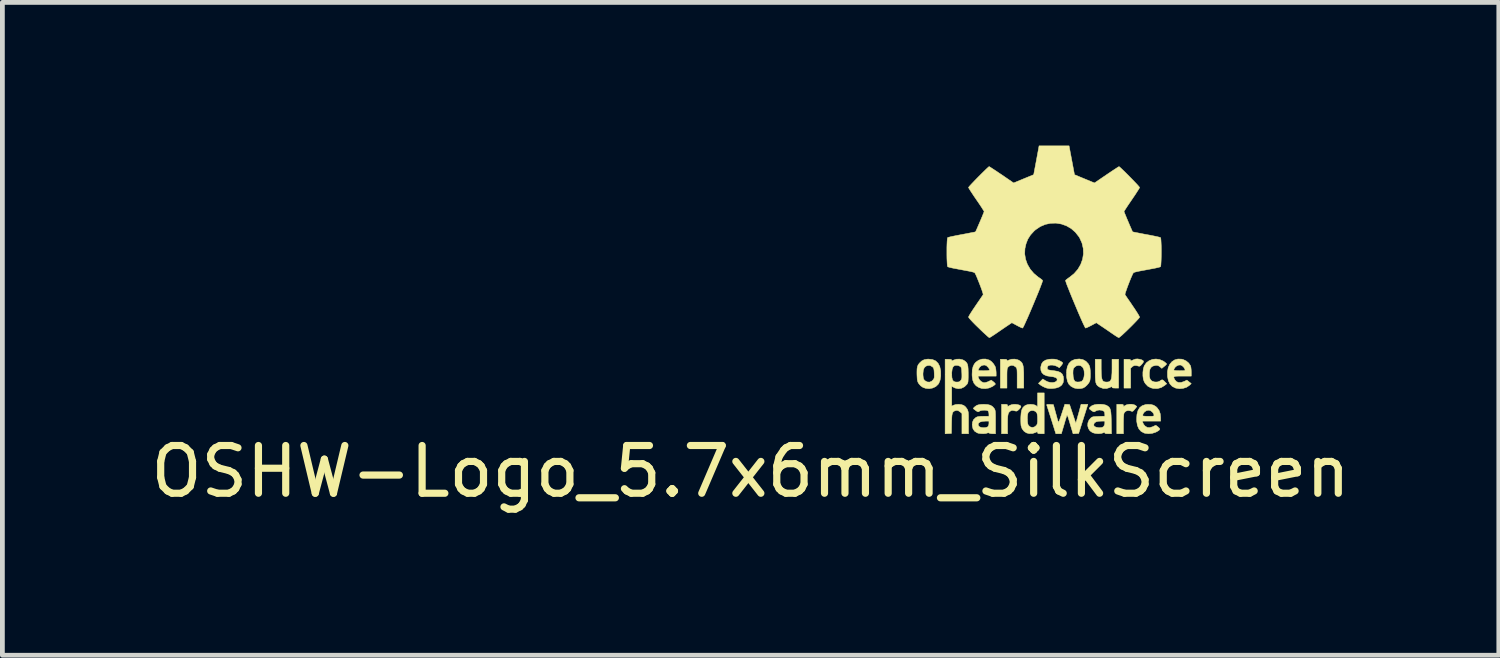
<source format=kicad_pcb>
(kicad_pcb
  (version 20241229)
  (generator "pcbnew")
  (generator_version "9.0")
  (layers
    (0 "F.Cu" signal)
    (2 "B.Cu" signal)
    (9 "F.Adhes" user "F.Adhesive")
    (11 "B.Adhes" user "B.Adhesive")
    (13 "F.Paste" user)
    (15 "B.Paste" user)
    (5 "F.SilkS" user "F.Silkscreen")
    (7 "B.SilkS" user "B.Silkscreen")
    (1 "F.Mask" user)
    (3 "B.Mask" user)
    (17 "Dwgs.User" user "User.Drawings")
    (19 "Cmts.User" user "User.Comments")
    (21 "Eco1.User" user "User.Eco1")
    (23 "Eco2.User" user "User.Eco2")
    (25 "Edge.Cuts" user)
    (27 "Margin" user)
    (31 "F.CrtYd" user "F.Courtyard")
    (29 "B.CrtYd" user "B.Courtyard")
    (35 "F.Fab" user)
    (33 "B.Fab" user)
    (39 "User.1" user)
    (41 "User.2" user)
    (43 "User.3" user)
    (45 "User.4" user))
  (footprint "OSHW-Logo_5.7x6mm_SilkScreen"
    (layer "F.Cu")
    (at 19.023 3.017)
    (property "Reference" "OSHW-Logo_5.7x6mm_SilkScreen" (at -6.35 3.81 0) (layer "F.SilkS") (effects (font (size 1 1) (thickness 0.15))))
    (attr exclude_from_pos_files exclude_from_bom)
    (fp_poly (pts (xy 1.799 1.458) (xy 1.843 1.471) (xy 1.871 1.488) (xy 1.88 1.501) (xy 1.877 1.517) (xy 1.861 1.541) (xy 1.847 1.559) (xy 1.819 1.59) (xy 1.798 1.604) (xy 1.78 1.603) (xy 1.726 1.589) (xy 1.687 1.59) (xy 1.655 1.605) (xy 1.644 1.614) (xy 1.61 1.646) (xy 1.61 2.062) (xy 1.471 2.062) (xy 1.471 1.459) (xy 1.54 1.459) (xy 1.582 1.46) (xy 1.603 1.466) (xy 1.61 1.477) (xy 1.61 1.478) (xy 1.612 1.49) (xy 1.626 1.488) (xy 1.644 1.48) (xy 1.682 1.464) (xy 1.713 1.454) (xy 1.753 1.451) (xy 1.799 1.458)) (stroke (width 0.01) (type solid)) (fill yes) (layer "F.SilkS"))
    (fp_poly (pts (xy 1.635 2.401) (xy 1.684 2.411) (xy 1.711 2.425) (xy 1.74 2.449) (xy 1.699 2.501) (xy 1.673 2.532) (xy 1.656 2.547) (xy 1.639 2.55) (xy 1.614 2.542) (xy 1.602 2.538) (xy 1.554 2.532) (xy 1.51 2.545) (xy 1.478 2.576) (xy 1.473 2.585) (xy 1.467 2.611) (xy 1.463 2.659) (xy 1.46 2.725) (xy 1.459 2.806) (xy 1.459 2.817) (xy 1.459 3.018) (xy 1.32 3.018) (xy 1.32 2.402) (xy 1.389 2.402) (xy 1.429 2.403) (xy 1.45 2.407) (xy 1.458 2.418) (xy 1.459 2.428) (xy 1.459 2.454) (xy 1.492 2.428) (xy 1.53 2.41) (xy 1.581 2.401) (xy 1.635 2.401)) (stroke (width 0.01) (type solid)) (fill yes) (layer "F.SilkS"))
    (fp_poly (pts (xy -0.993 2.403) (xy -0.975 2.409) (xy -0.968 2.421) (xy -0.968 2.427) (xy -0.967 2.442) (xy -0.96 2.445) (xy -0.939 2.434) (xy -0.927 2.427) (xy -0.889 2.411) (xy -0.844 2.403) (xy -0.797 2.403) (xy -0.752 2.409) (xy -0.716 2.42) (xy -0.693 2.436) (xy -0.688 2.456) (xy -0.69 2.462) (xy -0.707 2.485) (xy -0.733 2.513) (xy -0.738 2.517) (xy -0.762 2.538) (xy -0.784 2.545) (xy -0.814 2.54) (xy -0.826 2.537) (xy -0.863 2.529) (xy -0.889 2.533) (xy -0.911 2.545) (xy -0.931 2.561) (xy -0.946 2.581) (xy -0.956 2.609) (xy -0.963 2.648) (xy -0.967 2.704) (xy -0.968 2.779) (xy -0.968 2.824) (xy -0.968 3.018) (xy -1.094 3.018) (xy -1.094 2.402) (xy -1.031 2.402) (xy -0.993 2.403)) (stroke (width 0.01) (type solid)) (fill yes) (layer "F.SilkS"))
    (fp_poly (pts (xy 0.993 1.654) (xy 0.995 1.747) (xy 0.999 1.817) (xy 1.008 1.867) (xy 1.022 1.902) (xy 1.042 1.923) (xy 1.071 1.933) (xy 1.107 1.936) (xy 1.144 1.933) (xy 1.172 1.922) (xy 1.192 1.9) (xy 1.206 1.865) (xy 1.214 1.814) (xy 1.219 1.742) (xy 1.22 1.654) (xy 1.22 1.459) (xy 1.358 1.459) (xy 1.358 2.062) (xy 1.289 2.062) (xy 1.247 2.06) (xy 1.226 2.055) (xy 1.22 2.043) (xy 1.216 2.033) (xy 1.202 2.035) (xy 1.173 2.05) (xy 1.106 2.071) (xy 1.036 2.07) (xy 0.968 2.046) (xy 0.936 2.027) (xy 0.912 2.007) (xy 0.894 1.982) (xy 0.881 1.947) (xy 0.874 1.901) (xy 0.87 1.839) (xy 0.868 1.758) (xy 0.868 1.695) (xy 0.868 1.459) (xy 0.993 1.459) (xy 0.993 1.654)) (stroke (width 0.01) (type solid)) (fill yes) (layer "F.SilkS"))
    (fp_poly (pts (xy -0.754 1.469) (xy -0.723 1.484) (xy -0.692 1.506) (xy -0.669 1.53) (xy -0.652 1.562) (xy -0.641 1.604) (xy -0.634 1.66) (xy -0.63 1.734) (xy -0.629 1.829) (xy -0.629 1.839) (xy -0.629 2.062) (xy -0.767 2.062) (xy -0.767 1.856) (xy -0.767 1.78) (xy -0.768 1.725) (xy -0.77 1.687) (xy -0.773 1.661) (xy -0.779 1.643) (xy -0.788 1.63) (xy -0.8 1.618) (xy -0.843 1.59) (xy -0.89 1.585) (xy -0.934 1.602) (xy -0.95 1.615) (xy -0.961 1.627) (xy -0.969 1.641) (xy -0.975 1.659) (xy -0.978 1.686) (xy -0.98 1.726) (xy -0.981 1.784) (xy -0.981 1.854) (xy -0.981 2.062) (xy -1.119 2.062) (xy -1.119 1.459) (xy -1.05 1.459) (xy -1.008 1.46) (xy -0.987 1.466) (xy -0.981 1.477) (xy -0.981 1.478) (xy -0.978 1.489) (xy -0.965 1.488) (xy -0.94 1.475) (xy -0.883 1.457) (xy -0.817 1.455) (xy -0.754 1.469)) (stroke (width 0.01) (type solid)) (fill yes) (layer "F.SilkS"))
    (fp_poly (pts (xy 2.217 1.464) (xy 2.29 1.495) (xy 2.313 1.51) (xy 2.342 1.533) (xy 2.361 1.551) (xy 2.364 1.557) (xy 2.355 1.57) (xy 2.332 1.593) (xy 2.313 1.608) (xy 2.263 1.649) (xy 2.223 1.615) (xy 2.192 1.594) (xy 2.162 1.586) (xy 2.127 1.588) (xy 2.073 1.602) (xy 2.035 1.63) (xy 2.012 1.675) (xy 2.002 1.741) (xy 2.002 1.741) (xy 2.002 1.815) (xy 2.016 1.869) (xy 2.044 1.906) (xy 2.063 1.918) (xy 2.114 1.934) (xy 2.168 1.934) (xy 2.215 1.919) (xy 2.226 1.911) (xy 2.253 1.893) (xy 2.275 1.889) (xy 2.299 1.903) (xy 2.325 1.929) (xy 2.366 1.971) (xy 2.32 2.008) (xy 2.25 2.051) (xy 2.17 2.072) (xy 2.087 2.07) (xy 2.033 2.056) (xy 1.969 2.022) (xy 1.918 1.968) (xy 1.895 1.93) (xy 1.876 1.876) (xy 1.867 1.806) (xy 1.867 1.731) (xy 1.876 1.659) (xy 1.894 1.599) (xy 1.897 1.593) (xy 1.94 1.532) (xy 1.998 1.488) (xy 2.067 1.461) (xy 2.141 1.453) (xy 2.217 1.464)) (stroke (width 0.01) (type solid)) (fill yes) (layer "F.SilkS"))
    (fp_poly (pts (xy 0.611 1.466) (xy 0.674 1.501) (xy 0.724 1.555) (xy 0.748 1.6) (xy 0.758 1.639) (xy 0.764 1.695) (xy 0.767 1.76) (xy 0.766 1.824) (xy 0.761 1.881) (xy 0.755 1.912) (xy 0.734 1.953) (xy 0.698 1.997) (xy 0.656 2.036) (xy 0.613 2.061) (xy 0.612 2.061) (xy 0.56 2.072) (xy 0.497 2.073) (xy 0.438 2.063) (xy 0.415 2.055) (xy 0.356 2.021) (xy 0.314 1.978) (xy 0.286 1.92) (xy 0.271 1.844) (xy 0.267 1.804) (xy 0.268 1.754) (xy 0.402 1.754) (xy 0.407 1.827) (xy 0.42 1.882) (xy 0.441 1.918) (xy 0.456 1.928) (xy 0.493 1.935) (xy 0.539 1.933) (xy 0.577 1.923) (xy 0.588 1.917) (xy 0.615 1.885) (xy 0.632 1.835) (xy 0.64 1.774) (xy 0.636 1.708) (xy 0.628 1.669) (xy 0.604 1.624) (xy 0.567 1.595) (xy 0.522 1.586) (xy 0.475 1.596) (xy 0.439 1.621) (xy 0.42 1.642) (xy 0.409 1.662) (xy 0.404 1.69) (xy 0.402 1.733) (xy 0.402 1.754) (xy 0.268 1.754) (xy 0.268 1.698) (xy 0.285 1.611) (xy 0.319 1.543) (xy 0.369 1.494) (xy 0.435 1.464) (xy 0.45 1.46) (xy 0.535 1.452) (xy 0.611 1.466)) (stroke (width 0.01) (type solid)) (fill yes) (layer "F.SilkS"))
    (fp_poly (pts (xy 0.282 2.404) (xy 0.331 2.408) (xy 0.461 2.798) (xy 0.482 2.729) (xy 0.494 2.686) (xy 0.51 2.628) (xy 0.528 2.565) (xy 0.537 2.531) (xy 0.571 2.402) (xy 0.714 2.402) (xy 0.672 2.537) (xy 0.651 2.603) (xy 0.625 2.684) (xy 0.599 2.767) (xy 0.575 2.842) (xy 0.521 3.012) (xy 0.463 3.015) (xy 0.404 3.019) (xy 0.373 2.915) (xy 0.353 2.85) (xy 0.332 2.778) (xy 0.313 2.715) (xy 0.313 2.713) (xy 0.299 2.67) (xy 0.286 2.641) (xy 0.278 2.63) (xy 0.276 2.631) (xy 0.27 2.648) (xy 0.258 2.685) (xy 0.242 2.736) (xy 0.224 2.798) (xy 0.214 2.832) (xy 0.159 3.018) (xy 0.043 3.018) (xy -0.049 2.725) (xy -0.075 2.643) (xy -0.099 2.569) (xy -0.119 2.506) (xy -0.135 2.457) (xy -0.145 2.426) (xy -0.148 2.417) (xy -0.146 2.407) (xy -0.127 2.403) (xy -0.087 2.404) (xy -0.081 2.404) (xy -0.008 2.408) (xy 0.04 2.584) (xy 0.058 2.648) (xy 0.073 2.705) (xy 0.086 2.748) (xy 0.094 2.775) (xy 0.095 2.779) (xy 0.101 2.774) (xy 0.113 2.749) (xy 0.13 2.706) (xy 0.15 2.65) (xy 0.167 2.599) (xy 0.232 2.401) (xy 0.282 2.404)) (stroke (width 0.01) (type solid)) (fill yes) (layer "F.SilkS"))
    (fp_poly (pts (xy -2.538 1.465) (xy -2.472 1.494) (xy -2.423 1.543) (xy -2.388 1.611) (xy -2.37 1.699) (xy -2.369 1.712) (xy -2.368 1.809) (xy -2.381 1.894) (xy -2.408 1.962) (xy -2.423 1.984) (xy -2.473 2.031) (xy -2.538 2.061) (xy -2.61 2.074) (xy -2.683 2.067) (xy -2.739 2.048) (xy -2.787 2.015) (xy -2.826 1.971) (xy -2.827 1.97) (xy -2.843 1.943) (xy -2.853 1.916) (xy -2.86 1.882) (xy -2.863 1.834) (xy -2.865 1.795) (xy -2.866 1.759) (xy -2.74 1.759) (xy -2.739 1.795) (xy -2.734 1.842) (xy -2.726 1.872) (xy -2.712 1.894) (xy -2.699 1.907) (xy -2.652 1.933) (xy -2.603 1.937) (xy -2.557 1.918) (xy -2.534 1.896) (xy -2.517 1.875) (xy -2.507 1.854) (xy -2.503 1.828) (xy -2.503 1.788) (xy -2.504 1.751) (xy -2.507 1.698) (xy -2.512 1.664) (xy -2.52 1.641) (xy -2.533 1.624) (xy -2.544 1.615) (xy -2.589 1.589) (xy -2.637 1.588) (xy -2.678 1.603) (xy -2.713 1.635) (xy -2.733 1.687) (xy -2.74 1.759) (xy -2.866 1.759) (xy -2.866 1.717) (xy -2.864 1.658) (xy -2.856 1.614) (xy -2.843 1.579) (xy -2.822 1.549) (xy -2.814 1.539) (xy -2.766 1.494) (xy -2.714 1.467) (xy -2.651 1.456) (xy -2.62 1.455) (xy -2.538 1.465)) (stroke (width 0.01) (type solid)) (fill yes) (layer "F.SilkS"))
    (fp_poly (pts (xy -0.201 3.018) (xy -0.27 3.018) (xy -0.31 3.017) (xy -0.331 3.012) (xy -0.339 3.001) (xy -0.34 2.994) (xy -0.341 2.98) (xy -0.349 2.977) (xy -0.37 2.986) (xy -0.386 2.994) (xy -0.449 3.014) (xy -0.517 3.015) (xy -0.573 3) (xy -0.624 2.965) (xy -0.664 2.913) (xy -0.685 2.851) (xy -0.686 2.848) (xy -0.689 2.811) (xy -0.691 2.757) (xy -0.691 2.716) (xy -0.553 2.716) (xy -0.55 2.77) (xy -0.543 2.815) (xy -0.533 2.84) (xy -0.496 2.874) (xy -0.452 2.887) (xy -0.407 2.877) (xy -0.368 2.847) (xy -0.353 2.827) (xy -0.345 2.803) (xy -0.34 2.768) (xy -0.34 2.716) (xy -0.341 2.664) (xy -0.346 2.619) (xy -0.353 2.588) (xy -0.354 2.585) (xy -0.38 2.553) (xy -0.42 2.535) (xy -0.463 2.532) (xy -0.504 2.545) (xy -0.534 2.573) (xy -0.537 2.578) (xy -0.547 2.612) (xy -0.552 2.661) (xy -0.553 2.716) (xy -0.691 2.716) (xy -0.691 2.696) (xy -0.69 2.663) (xy -0.684 2.581) (xy -0.671 2.52) (xy -0.649 2.474) (xy -0.618 2.441) (xy -0.587 2.421) (xy -0.544 2.407) (xy -0.491 2.402) (xy -0.436 2.406) (xy -0.39 2.418) (xy -0.365 2.433) (xy -0.34 2.456) (xy -0.34 2.163) (xy -0.201 2.163) (xy -0.201 3.018)) (stroke (width 0.01) (type solid)) (fill yes) (layer "F.SilkS"))
    (fp_poly (pts (xy 2.678 1.456) (xy 2.71 1.464) (xy 2.772 1.493) (xy 2.825 1.537) (xy 2.861 1.589) (xy 2.866 1.601) (xy 2.873 1.632) (xy 2.878 1.677) (xy 2.88 1.723) (xy 2.88 1.811) (xy 2.697 1.811) (xy 2.622 1.811) (xy 2.569 1.813) (xy 2.535 1.817) (xy 2.518 1.826) (xy 2.514 1.84) (xy 2.521 1.86) (xy 2.533 1.884) (xy 2.566 1.925) (xy 2.612 1.945) (xy 2.669 1.944) (xy 2.733 1.922) (xy 2.788 1.895) (xy 2.834 1.932) (xy 2.88 1.968) (xy 2.837 2.008) (xy 2.779 2.046) (xy 2.708 2.068) (xy 2.632 2.075) (xy 2.558 2.063) (xy 2.546 2.059) (xy 2.481 2.026) (xy 2.433 1.975) (xy 2.4 1.906) (xy 2.382 1.818) (xy 2.382 1.816) (xy 2.381 1.72) (xy 2.387 1.686) (xy 2.515 1.686) (xy 2.527 1.691) (xy 2.558 1.695) (xy 2.605 1.697) (xy 2.635 1.698) (xy 2.691 1.697) (xy 2.725 1.696) (xy 2.744 1.692) (xy 2.75 1.685) (xy 2.748 1.674) (xy 2.747 1.669) (xy 2.724 1.627) (xy 2.689 1.594) (xy 2.658 1.579) (xy 2.616 1.58) (xy 2.574 1.598) (xy 2.539 1.629) (xy 2.518 1.666) (xy 2.515 1.686) (xy 2.387 1.686) (xy 2.397 1.635) (xy 2.429 1.564) (xy 2.475 1.509) (xy 2.533 1.471) (xy 2.601 1.453) (xy 2.678 1.456)) (stroke (width 0.01) (type solid)) (fill yes) (layer "F.SilkS"))
    (fp_poly (pts (xy 0.014 1.456) (xy 0.062 1.465) (xy 0.111 1.484) (xy 0.116 1.487) (xy 0.154 1.506) (xy 0.18 1.525) (xy 0.188 1.537) (xy 0.18 1.556) (xy 0.161 1.584) (xy 0.152 1.594) (xy 0.117 1.636) (xy 0.071 1.609) (xy 0.027 1.591) (xy -0.023 1.581) (xy -0.071 1.581) (xy -0.109 1.59) (xy -0.117 1.595) (xy -0.135 1.621) (xy -0.137 1.651) (xy -0.124 1.674) (xy -0.116 1.679) (xy -0.094 1.684) (xy -0.054 1.691) (xy -0.005 1.697) (xy 0.004 1.698) (xy 0.083 1.712) (xy 0.14 1.735) (xy 0.178 1.77) (xy 0.199 1.818) (xy 0.206 1.878) (xy 0.197 1.945) (xy 0.167 1.998) (xy 0.117 2.037) (xy 0.047 2.061) (xy -0.031 2.071) (xy -0.095 2.071) (xy -0.147 2.062) (xy -0.182 2.05) (xy -0.227 2.029) (xy -0.268 2.005) (xy -0.283 1.994) (xy -0.321 1.963) (xy -0.275 1.917) (xy -0.23 1.871) (xy -0.178 1.905) (xy -0.126 1.931) (xy -0.071 1.944) (xy -0.017 1.946) (xy 0.028 1.935) (xy 0.06 1.914) (xy 0.07 1.895) (xy 0.069 1.865) (xy 0.043 1.843) (xy -0.007 1.827) (xy -0.061 1.82) (xy -0.145 1.806) (xy -0.207 1.78) (xy -0.248 1.741) (xy -0.27 1.688) (xy -0.273 1.625) (xy -0.258 1.56) (xy -0.225 1.51) (xy -0.171 1.476) (xy -0.099 1.458) (xy -0.045 1.455) (xy 0.014 1.456)) (stroke (width 0.01) (type solid)) (fill yes) (layer "F.SilkS"))
    (fp_poly (pts (xy 2.033 2.405) (xy 2.093 2.421) (xy 2.143 2.453) (xy 2.167 2.477) (xy 2.207 2.534) (xy 2.23 2.6) (xy 2.238 2.681) (xy 2.238 2.688) (xy 2.238 2.754) (xy 1.858 2.754) (xy 1.866 2.788) (xy 1.881 2.82) (xy 1.907 2.852) (xy 1.912 2.857) (xy 1.958 2.886) (xy 2.01 2.89) (xy 2.071 2.872) (xy 2.081 2.867) (xy 2.112 2.852) (xy 2.133 2.843) (xy 2.137 2.842) (xy 2.15 2.85) (xy 2.174 2.869) (xy 2.187 2.879) (xy 2.212 2.903) (xy 2.221 2.919) (xy 2.215 2.934) (xy 2.212 2.938) (xy 2.191 2.955) (xy 2.156 2.976) (xy 2.131 2.988) (xy 2.062 3.01) (xy 1.985 3.017) (xy 1.913 3.009) (xy 1.892 3.003) (xy 1.829 2.969) (xy 1.783 2.917) (xy 1.752 2.846) (xy 1.737 2.757) (xy 1.736 2.71) (xy 1.74 2.641) (xy 1.861 2.641) (xy 1.873 2.646) (xy 1.904 2.65) (xy 1.95 2.653) (xy 1.98 2.653) (xy 2.036 2.653) (xy 2.071 2.651) (xy 2.09 2.647) (xy 2.098 2.639) (xy 2.1 2.628) (xy 2.089 2.594) (xy 2.062 2.561) (xy 2.026 2.535) (xy 1.991 2.525) (xy 1.942 2.534) (xy 1.9 2.561) (xy 1.871 2.6) (xy 1.861 2.641) (xy 1.74 2.641) (xy 1.743 2.61) (xy 1.764 2.531) (xy 1.8 2.471) (xy 1.852 2.431) (xy 1.92 2.408) (xy 1.957 2.404) (xy 2.033 2.405)) (stroke (width 0.01) (type solid)) (fill yes) (layer "F.SilkS"))
    (fp_poly (pts (xy -1.357 1.473) (xy -1.344 1.479) (xy -1.301 1.51) (xy -1.26 1.557) (xy -1.229 1.608) (xy -1.22 1.631) (xy -1.213 1.673) (xy -1.208 1.724) (xy -1.207 1.745) (xy -1.207 1.811) (xy -1.587 1.811) (xy -1.579 1.845) (xy -1.559 1.886) (xy -1.524 1.922) (xy -1.483 1.944) (xy -1.457 1.949) (xy -1.421 1.943) (xy -1.378 1.929) (xy -1.364 1.922) (xy -1.31 1.896) (xy -1.265 1.93) (xy -1.238 1.954) (xy -1.224 1.973) (xy -1.223 1.979) (xy -1.236 1.993) (xy -1.263 2.014) (xy -1.288 2.03) (xy -1.356 2.06) (xy -1.431 2.073) (xy -1.506 2.07) (xy -1.565 2.052) (xy -1.627 2.013) (xy -1.671 1.962) (xy -1.698 1.895) (xy -1.71 1.811) (xy -1.711 1.773) (xy -1.707 1.685) (xy -1.706 1.682) (xy -1.581 1.682) (xy -1.577 1.691) (xy -1.563 1.695) (xy -1.533 1.697) (xy -1.485 1.698) (xy -1.466 1.698) (xy -1.408 1.697) (xy -1.372 1.694) (xy -1.353 1.689) (xy -1.346 1.681) (xy -1.345 1.679) (xy -1.353 1.658) (xy -1.373 1.63) (xy -1.382 1.62) (xy -1.413 1.591) (xy -1.446 1.58) (xy -1.464 1.579) (xy -1.512 1.591) (xy -1.552 1.622) (xy -1.577 1.668) (xy -1.578 1.669) (xy -1.581 1.682) (xy -1.706 1.682) (xy -1.692 1.616) (xy -1.666 1.56) (xy -1.634 1.521) (xy -1.574 1.478) (xy -1.504 1.455) (xy -1.43 1.453) (xy -1.357 1.473)) (stroke (width 0.01) (type solid)) (fill yes) (layer "F.SilkS"))
    (fp_poly (pts (xy 1.038 2.405) (xy 1.091 2.418) (xy 1.107 2.425) (xy 1.136 2.443) (xy 1.159 2.463) (xy 1.176 2.489) (xy 1.188 2.524) (xy 1.196 2.572) (xy 1.201 2.636) (xy 1.204 2.72) (xy 1.205 2.776) (xy 1.209 3.018) (xy 1.139 3.018) (xy 1.096 3.016) (xy 1.074 3.01) (xy 1.069 3) (xy 1.066 2.989) (xy 1.052 2.991) (xy 1.034 3) (xy 0.989 3.013) (xy 0.93 3.017) (xy 0.868 3.011) (xy 0.814 2.996) (xy 0.809 2.993) (xy 0.759 2.958) (xy 0.726 2.909) (xy 0.711 2.852) (xy 0.712 2.832) (xy 0.836 2.832) (xy 0.846 2.859) (xy 0.879 2.879) (xy 0.931 2.89) (xy 0.959 2.891) (xy 1.005 2.888) (xy 1.036 2.874) (xy 1.044 2.867) (xy 1.064 2.831) (xy 1.069 2.798) (xy 1.069 2.754) (xy 1.008 2.754) (xy 0.936 2.757) (xy 0.886 2.769) (xy 0.855 2.789) (xy 0.848 2.798) (xy 0.836 2.832) (xy 0.712 2.832) (xy 0.714 2.792) (xy 0.737 2.735) (xy 0.768 2.697) (xy 0.786 2.68) (xy 0.805 2.669) (xy 0.829 2.662) (xy 0.864 2.658) (xy 0.917 2.656) (xy 0.938 2.655) (xy 1.069 2.651) (xy 1.069 2.611) (xy 1.064 2.569) (xy 1.045 2.544) (xy 1.008 2.528) (xy 1.007 2.528) (xy 0.954 2.521) (xy 0.903 2.53) (xy 0.865 2.55) (xy 0.849 2.56) (xy 0.833 2.558) (xy 0.807 2.544) (xy 0.792 2.534) (xy 0.763 2.512) (xy 0.745 2.496) (xy 0.742 2.491) (xy 0.754 2.467) (xy 0.789 2.438) (xy 0.805 2.428) (xy 0.849 2.412) (xy 0.908 2.402) (xy 0.974 2.4) (xy 1.038 2.405)) (stroke (width 0.01) (type solid)) (fill yes) (layer "F.SilkS"))
    (fp_poly (pts (xy -1.384 2.407) (xy -1.325 2.422) (xy -1.28 2.451) (xy -1.248 2.488) (xy -1.238 2.504) (xy -1.231 2.521) (xy -1.226 2.543) (xy -1.223 2.573) (xy -1.221 2.615) (xy -1.22 2.674) (xy -1.22 2.753) (xy -1.22 2.774) (xy -1.22 3.018) (xy -1.28 3.018) (xy -1.319 3.015) (xy -1.347 3.008) (xy -1.354 3.004) (xy -1.374 2.997) (xy -1.394 3.004) (xy -1.426 3.013) (xy -1.474 3.017) (xy -1.527 3.015) (xy -1.575 3.009) (xy -1.603 3) (xy -1.658 2.965) (xy -1.692 2.916) (xy -1.707 2.852) (xy -1.707 2.85) (xy -1.706 2.822) (xy -1.584 2.822) (xy -1.574 2.854) (xy -1.556 2.873) (xy -1.522 2.886) (xy -1.476 2.892) (xy -1.429 2.889) (xy -1.392 2.878) (xy -1.381 2.871) (xy -1.363 2.839) (xy -1.358 2.802) (xy -1.358 2.754) (xy -1.428 2.754) (xy -1.494 2.759) (xy -1.544 2.773) (xy -1.575 2.796) (xy -1.584 2.822) (xy -1.706 2.822) (xy -1.704 2.78) (xy -1.681 2.724) (xy -1.637 2.682) (xy -1.631 2.678) (xy -1.605 2.665) (xy -1.573 2.658) (xy -1.528 2.654) (xy -1.474 2.653) (xy -1.358 2.653) (xy -1.358 2.604) (xy -1.363 2.567) (xy -1.376 2.541) (xy -1.377 2.54) (xy -1.405 2.529) (xy -1.447 2.525) (xy -1.494 2.527) (xy -1.535 2.535) (xy -1.56 2.547) (xy -1.573 2.557) (xy -1.587 2.559) (xy -1.607 2.551) (xy -1.636 2.531) (xy -1.68 2.497) (xy -1.684 2.494) (xy -1.682 2.482) (xy -1.665 2.463) (xy -1.638 2.441) (xy -1.61 2.423) (xy -1.6 2.419) (xy -1.567 2.41) (xy -1.519 2.404) (xy -1.465 2.402) (xy -1.462 2.402) (xy -1.384 2.407)) (stroke (width 0.01) (type solid)) (fill yes) (layer "F.SilkS"))
    (fp_poly (pts (xy -1.909 1.469) (xy -1.882 1.482) (xy -1.85 1.505) (xy -1.826 1.53) (xy -1.809 1.561) (xy -1.799 1.603) (xy -1.794 1.66) (xy -1.792 1.736) (xy -1.792 1.769) (xy -1.792 1.841) (xy -1.794 1.892) (xy -1.796 1.927) (xy -1.802 1.952) (xy -1.81 1.97) (xy -1.818 1.982) (xy -1.87 2.034) (xy -1.932 2.065) (xy -1.999 2.075) (xy -2.066 2.061) (xy -2.087 2.051) (xy -2.138 2.025) (xy -2.138 2.44) (xy -2.101 2.421) (xy -2.052 2.406) (xy -1.992 2.402) (xy -1.932 2.409) (xy -1.886 2.425) (xy -1.849 2.455) (xy -1.817 2.498) (xy -1.814 2.502) (xy -1.804 2.523) (xy -1.797 2.544) (xy -1.791 2.57) (xy -1.788 2.604) (xy -1.786 2.651) (xy -1.786 2.715) (xy -1.786 2.787) (xy -1.786 3.018) (xy -1.924 3.018) (xy -1.924 2.593) (xy -1.963 2.56) (xy -2.003 2.534) (xy -2.041 2.529) (xy -2.079 2.541) (xy -2.099 2.553) (xy -2.115 2.57) (xy -2.125 2.596) (xy -2.133 2.634) (xy -2.137 2.688) (xy -2.14 2.761) (xy -2.141 2.81) (xy -2.144 3.012) (xy -2.21 3.015) (xy -2.276 3.019) (xy -2.276 1.771) (xy -2.138 1.771) (xy -2.134 1.84) (xy -2.122 1.889) (xy -2.1 1.919) (xy -2.066 1.933) (xy -2.031 1.936) (xy -1.991 1.933) (xy -1.965 1.92) (xy -1.949 1.902) (xy -1.936 1.883) (xy -1.928 1.862) (xy -1.925 1.832) (xy -1.925 1.787) (xy -1.926 1.75) (xy -1.929 1.694) (xy -1.932 1.657) (xy -1.939 1.633) (xy -1.95 1.617) (xy -1.96 1.608) (xy -2.002 1.589) (xy -2.052 1.585) (xy -2.08 1.592) (xy -2.109 1.616) (xy -2.128 1.664) (xy -2.137 1.734) (xy -2.138 1.771) (xy -2.276 1.771) (xy -2.276 1.459) (xy -2.207 1.459) (xy -2.165 1.46) (xy -2.144 1.466) (xy -2.138 1.477) (xy -2.138 1.478) (xy -2.135 1.489) (xy -2.122 1.488) (xy -2.097 1.475) (xy -2.038 1.457) (xy -1.972 1.455) (xy -1.909 1.469)) (stroke (width 0.01) (type solid)) (fill yes) (layer "F.SilkS"))
    (fp_poly (pts (xy 0.377 -2.71) (xy 0.434 -2.408) (xy 0.853 -2.235) (xy 1.105 -2.407) (xy 1.175 -2.454) (xy 1.239 -2.497) (xy 1.293 -2.532) (xy 1.334 -2.559) (xy 1.36 -2.574) (xy 1.367 -2.578) (xy 1.379 -2.569) (xy 1.406 -2.545) (xy 1.444 -2.509) (xy 1.491 -2.464) (xy 1.542 -2.413) (xy 1.596 -2.358) (xy 1.649 -2.304) (xy 1.698 -2.253) (xy 1.741 -2.208) (xy 1.773 -2.172) (xy 1.793 -2.148) (xy 1.798 -2.14) (xy 1.791 -2.125) (xy 1.772 -2.093) (xy 1.742 -2.047) (xy 1.705 -1.989) (xy 1.66 -1.923) (xy 1.635 -1.886) (xy 1.588 -1.817) (xy 1.546 -1.755) (xy 1.512 -1.703) (xy 1.487 -1.664) (xy 1.473 -1.641) (xy 1.471 -1.636) (xy 1.476 -1.622) (xy 1.489 -1.59) (xy 1.508 -1.544) (xy 1.531 -1.488) (xy 1.557 -1.427) (xy 1.583 -1.366) (xy 1.607 -1.31) (xy 1.628 -1.262) (xy 1.643 -1.228) (xy 1.651 -1.211) (xy 1.652 -1.211) (xy 1.665 -1.208) (xy 1.699 -1.201) (xy 1.75 -1.191) (xy 1.816 -1.178) (xy 1.893 -1.163) (xy 1.937 -1.155) (xy 2.019 -1.14) (xy 2.093 -1.125) (xy 2.155 -1.112) (xy 2.202 -1.101) (xy 2.23 -1.093) (xy 2.235 -1.091) (xy 2.241 -1.074) (xy 2.245 -1.037) (xy 2.248 -0.983) (xy 2.251 -0.917) (xy 2.252 -0.844) (xy 2.252 -0.767) (xy 2.251 -0.691) (xy 2.249 -0.621) (xy 2.246 -0.56) (xy 2.243 -0.514) (xy 2.238 -0.486) (xy 2.235 -0.48) (xy 2.217 -0.473) (xy 2.179 -0.463) (xy 2.127 -0.451) (xy 2.065 -0.439) (xy 2.043 -0.435) (xy 1.938 -0.415) (xy 1.855 -0.4) (xy 1.792 -0.388) (xy 1.745 -0.378) (xy 1.711 -0.37) (xy 1.689 -0.363) (xy 1.676 -0.357) (xy 1.667 -0.351) (xy 1.666 -0.35) (xy 1.655 -0.331) (xy 1.638 -0.294) (xy 1.616 -0.244) (xy 1.592 -0.185) (xy 1.567 -0.121) (xy 1.543 -0.058) (xy 1.522 0.001) (xy 1.505 0.05) (xy 1.494 0.086) (xy 1.492 0.104) (xy 1.492 0.104) (xy 1.501 0.119) (xy 1.523 0.151) (xy 1.554 0.197) (xy 1.593 0.253) (xy 1.637 0.318) (xy 1.649 0.336) (xy 1.694 0.402) (xy 1.733 0.462) (xy 1.765 0.513) (xy 1.787 0.552) (xy 1.798 0.574) (xy 1.798 0.576) (xy 1.789 0.591) (xy 1.765 0.619) (xy 1.729 0.658) (xy 1.683 0.706) (xy 1.632 0.758) (xy 1.577 0.812) (xy 1.523 0.865) (xy 1.472 0.913) (xy 1.427 0.955) (xy 1.391 0.985) (xy 1.368 1.003) (xy 1.362 1.006) (xy 1.347 0.999) (xy 1.316 0.981) (xy 1.275 0.954) (xy 1.244 0.933) (xy 1.187 0.894) (xy 1.119 0.847) (xy 1.051 0.801) (xy 1.014 0.776) (xy 0.891 0.693) (xy 0.787 0.749) (xy 0.74 0.773) (xy 0.7 0.792) (xy 0.672 0.803) (xy 0.665 0.805) (xy 0.657 0.794) (xy 0.641 0.762) (xy 0.617 0.713) (xy 0.588 0.649) (xy 0.555 0.574) (xy 0.518 0.489) (xy 0.48 0.399) (xy 0.441 0.306) (xy 0.402 0.213) (xy 0.365 0.123) (xy 0.331 0.039) (xy 0.301 -0.037) (xy 0.276 -0.1) (xy 0.258 -0.15) (xy 0.248 -0.182) (xy 0.246 -0.193) (xy 0.259 -0.206) (xy 0.288 -0.229) (xy 0.325 -0.256) (xy 0.329 -0.258) (xy 0.426 -0.336) (xy 0.505 -0.427) (xy 0.564 -0.528) (xy 0.603 -0.637) (xy 0.621 -0.749) (xy 0.617 -0.863) (xy 0.591 -0.976) (xy 0.542 -1.084) (xy 0.527 -1.108) (xy 0.452 -1.203) (xy 0.364 -1.28) (xy 0.265 -1.337) (xy 0.158 -1.375) (xy 0.047 -1.393) (xy -0.066 -1.39) (xy -0.176 -1.367) (xy -0.282 -1.322) (xy -0.38 -1.256) (xy -0.41 -1.23) (xy -0.488 -1.145) (xy -0.544 -1.057) (xy -0.582 -0.958) (xy -0.604 -0.86) (xy -0.609 -0.749) (xy -0.591 -0.638) (xy -0.553 -0.531) (xy -0.494 -0.43) (xy -0.418 -0.34) (xy -0.327 -0.264) (xy -0.315 -0.256) (xy -0.277 -0.23) (xy -0.248 -0.207) (xy -0.234 -0.193) (xy -0.234 -0.193) (xy -0.237 -0.177) (xy -0.248 -0.141) (xy -0.268 -0.089) (xy -0.293 -0.023) (xy -0.324 0.055) (xy -0.359 0.14) (xy -0.397 0.231) (xy -0.436 0.325) (xy -0.475 0.417) (xy -0.513 0.506) (xy -0.549 0.589) (xy -0.582 0.662) (xy -0.61 0.724) (xy -0.632 0.77) (xy -0.647 0.797) (xy -0.653 0.805) (xy -0.671 0.799) (xy -0.706 0.784) (xy -0.75 0.762) (xy -0.774 0.749) (xy -0.878 0.693) (xy -1.002 0.776) (xy -1.065 0.819) (xy -1.134 0.866) (xy -1.199 0.911) (xy -1.231 0.933) (xy -1.277 0.963) (xy -1.315 0.988) (xy -1.342 1.003) (xy -1.351 1.006) (xy -1.363 0.997) (xy -1.391 0.974) (xy -1.431 0.937) (xy -1.482 0.891) (xy -1.539 0.836) (xy -1.575 0.801) (xy -1.639 0.739) (xy -1.694 0.683) (xy -1.738 0.636) (xy -1.769 0.601) (xy -1.784 0.579) (xy -1.786 0.575) (xy -1.779 0.558) (xy -1.76 0.524) (xy -1.73 0.476) (xy -1.693 0.419) (xy -1.649 0.354) (xy -1.637 0.336) (xy -1.592 0.27) (xy -1.551 0.211) (xy -1.518 0.162) (xy -1.493 0.126) (xy -1.481 0.107) (xy -1.479 0.104) (xy -1.481 0.089) (xy -1.491 0.055) (xy -1.507 0.006) (xy -1.528 -0.052) (xy -1.552 -0.115) (xy -1.577 -0.178) (xy -1.601 -0.238) (xy -1.623 -0.29) (xy -1.641 -0.328) (xy -1.653 -0.349) (xy -1.654 -0.35) (xy -1.661 -0.356) (xy -1.674 -0.362) (xy -1.694 -0.369) (xy -1.725 -0.376) (xy -1.769 -0.386) (xy -1.829 -0.397) (xy -1.908 -0.412) (xy -2.009 -0.431) (xy -2.03 -0.435) (xy -2.095 -0.447) (xy -2.151 -0.459) (xy -2.194 -0.47) (xy -2.219 -0.478) (xy -2.222 -0.48) (xy -2.228 -0.497) (xy -2.232 -0.534) (xy -2.235 -0.588) (xy -2.238 -0.654) (xy -2.239 -0.728) (xy -2.239 -0.804) (xy -2.239 -0.88) (xy -2.237 -0.95) (xy -2.234 -1.011) (xy -2.23 -1.057) (xy -2.225 -1.085) (xy -2.223 -1.091) (xy -2.206 -1.096) (xy -2.169 -1.106) (xy -2.114 -1.118) (xy -2.045 -1.132) (xy -1.967 -1.147) (xy -1.925 -1.155) (xy -1.844 -1.17) (xy -1.772 -1.184) (xy -1.712 -1.196) (xy -1.668 -1.204) (xy -1.643 -1.21) (xy -1.639 -1.211) (xy -1.633 -1.224) (xy -1.618 -1.256) (xy -1.598 -1.302) (xy -1.574 -1.358) (xy -1.548 -1.418) (xy -1.522 -1.479) (xy -1.498 -1.536) (xy -1.479 -1.584) (xy -1.465 -1.619) (xy -1.459 -1.636) (xy -1.459 -1.637) (xy -1.465 -1.65) (xy -1.485 -1.681) (xy -1.514 -1.727) (xy -1.552 -1.784) (xy -1.596 -1.849) (xy -1.622 -1.886) (xy -1.669 -1.955) (xy -1.71 -2.017) (xy -1.745 -2.07) (xy -1.77 -2.11) (xy -1.784 -2.135) (xy -1.786 -2.14) (xy -1.777 -2.153) (xy -1.754 -2.18) (xy -1.718 -2.219) (xy -1.673 -2.266) (xy -1.623 -2.318) (xy -1.569 -2.373) (xy -1.516 -2.426) (xy -1.465 -2.476) (xy -1.421 -2.519) (xy -1.385 -2.553) (xy -1.362 -2.573) (xy -1.354 -2.578) (xy -1.341 -2.571) (xy -1.311 -2.552) (xy -1.265 -2.522) (xy -1.208 -2.485) (xy -1.142 -2.44) (xy -1.092 -2.407) (xy -0.841 -2.235) (xy -0.631 -2.322) (xy -0.421 -2.408) (xy -0.364 -2.71) (xy -0.308 -3.012) (xy 0.32 -3.012) (xy 0.377 -2.71)) (stroke (width 0.01) (type solid)) (fill yes) (layer "F.SilkS")))
  (gr_rect
    (start -3 -3)
    (end 28.345 10.675)
    (stroke (width 0.1) (type default))
    (fill no)
    (layer "Edge.Cuts")))
</source>
